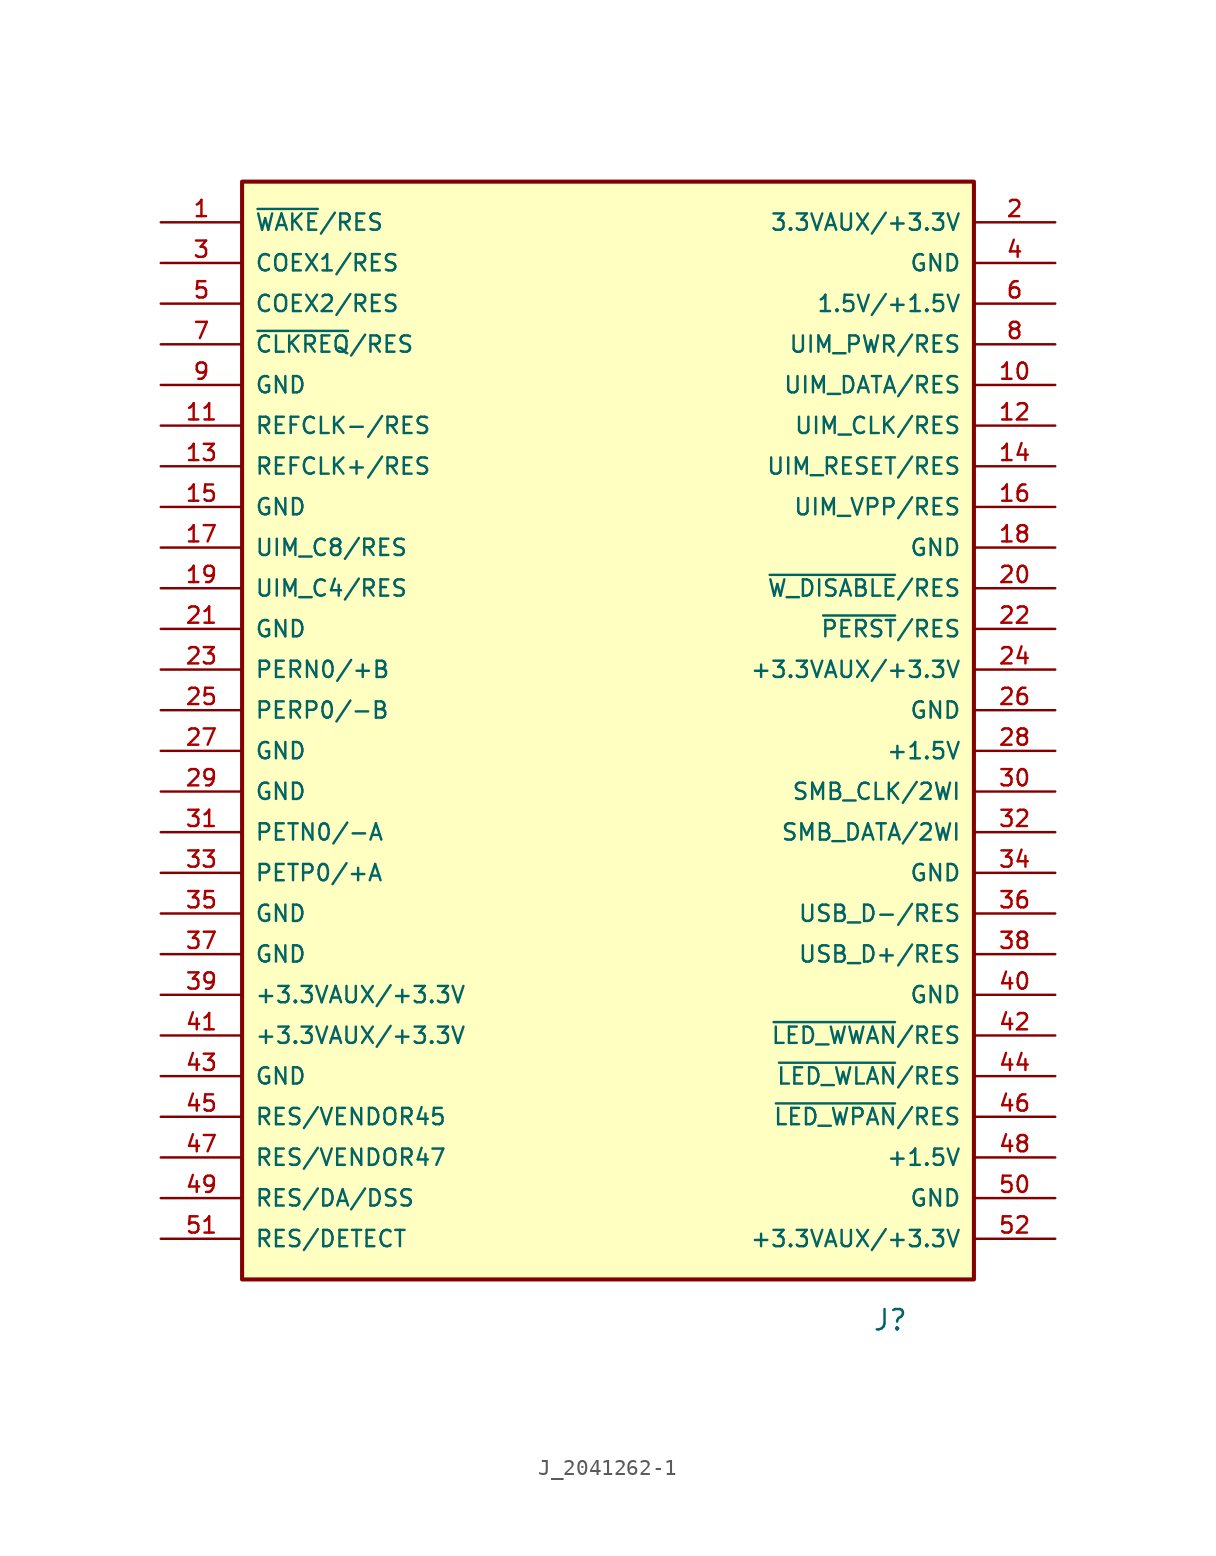
<source format=kicad_sym>
(kicad_symbol_lib
  (version 20211014)
  (generator kicad_symbol_editor)
  (symbol "J_2041262-1"
    (pin_names
      (offset 0.762))
    (property "Reference" "J"
      (at 16.51 -38.1 0)
      (effects (font (size 1.27 1.27)) (justify left)))
    (symbol "J_2041262-1_1_1"
      (rectangle (start -22.86 -35.56) (end 22.86 33.02) (stroke (width 0.254) (type default) (color 0 0 0 0)) (fill (type background)))
      (pin bidirectional line (at -27.94 30.48 0) (length 5.08) (name "~{WAKE}/RES" (effects (font (size 1.016 1.016)))) (number "1" (effects (font (size 1.016 1.016)))))
      (pin bidirectional line (at 27.94 20.32 180) (length 5.08) (name "UIM_DATA/RES" (effects (font (size 1.016 1.016)))) (number "10" (effects (font (size 1.016 1.016)))))
      (pin bidirectional line (at -27.94 17.78 0) (length 5.08) (name "REFCLK-/RES" (effects (font (size 1.016 1.016)))) (number "11" (effects (font (size 1.016 1.016)))))
      (pin bidirectional line (at 27.94 17.78 180) (length 5.08) (name "UIM_CLK/RES" (effects (font (size 1.016 1.016)))) (number "12" (effects (font (size 1.016 1.016)))))
      (pin bidirectional line (at -27.94 15.24 0) (length 5.08) (name "REFCLK+/RES" (effects (font (size 1.016 1.016)))) (number "13" (effects (font (size 1.016 1.016)))))
      (pin bidirectional line (at 27.94 15.24 180) (length 5.08) (name "UIM_RESET/RES" (effects (font (size 1.016 1.016)))) (number "14" (effects (font (size 1.016 1.016)))))
      (pin power_in line (at -27.94 12.7 0) (length 5.08) (name "GND" (effects (font (size 1.016 1.016)))) (number "15" (effects (font (size 1.016 1.016)))))
      (pin bidirectional line (at 27.94 12.7 180) (length 5.08) (name "UIM_VPP/RES" (effects (font (size 1.016 1.016)))) (number "16" (effects (font (size 1.016 1.016)))))
      (pin bidirectional line (at -27.94 10.16 0) (length 5.08) (name "UIM_C8/RES" (effects (font (size 1.016 1.016)))) (number "17" (effects (font (size 1.016 1.016)))))
      (pin power_in line (at 27.94 10.16 180) (length 5.08) (name "GND" (effects (font (size 1.016 1.016)))) (number "18" (effects (font (size 1.016 1.016)))))
      (pin bidirectional line (at -27.94 7.62 0) (length 5.08) (name "UIM_C4/RES" (effects (font (size 1.016 1.016)))) (number "19" (effects (font (size 1.016 1.016)))))
      (pin power_in line (at 27.94 30.48 180) (length 5.08) (name "3.3VAUX/+3.3V" (effects (font (size 1.016 1.016)))) (number "2" (effects (font (size 1.016 1.016)))))
      (pin passive line (at 27.94 7.62 180) (length 5.08) (name "~{W_DISABLE}/RES" (effects (font (size 1.016 1.016)))) (number "20" (effects (font (size 1.016 1.016)))))
      (pin power_in line (at -27.94 5.08 0) (length 5.08) (name "GND" (effects (font (size 1.016 1.016)))) (number "21" (effects (font (size 1.016 1.016)))))
      (pin passive line (at 27.94 5.08 180) (length 5.08) (name "~{PERST}/RES" (effects (font (size 1.016 1.016)))) (number "22" (effects (font (size 1.016 1.016)))))
      (pin bidirectional line (at -27.94 2.54 0) (length 5.08) (name "PERN0/+B" (effects (font (size 1.016 1.016)))) (number "23" (effects (font (size 1.016 1.016)))))
      (pin power_in line (at 27.94 2.54 180) (length 5.08) (name "+3.3VAUX/+3.3V" (effects (font (size 1.016 1.016)))) (number "24" (effects (font (size 1.016 1.016)))))
      (pin bidirectional line (at -27.94 0 0) (length 5.08) (name "PERP0/-B" (effects (font (size 1.016 1.016)))) (number "25" (effects (font (size 1.016 1.016)))))
      (pin power_in line (at 27.94 0 180) (length 5.08) (name "GND" (effects (font (size 1.016 1.016)))) (number "26" (effects (font (size 1.016 1.016)))))
      (pin power_in line (at -27.94 -2.54 0) (length 5.08) (name "GND" (effects (font (size 1.016 1.016)))) (number "27" (effects (font (size 1.016 1.016)))))
      (pin power_in line (at 27.94 -2.54 180) (length 5.08) (name "+1.5V" (effects (font (size 1.016 1.016)))) (number "28" (effects (font (size 1.016 1.016)))))
      (pin power_in line (at -27.94 -5.08 0) (length 5.08) (name "GND" (effects (font (size 1.016 1.016)))) (number "29" (effects (font (size 1.016 1.016)))))
      (pin bidirectional line (at -27.94 27.94 0) (length 5.08) (name "COEX1/RES" (effects (font (size 1.016 1.016)))) (number "3" (effects (font (size 1.016 1.016)))))
      (pin bidirectional line (at 27.94 -5.08 180) (length 5.08) (name "SMB_CLK/2WI" (effects (font (size 1.016 1.016)))) (number "30" (effects (font (size 1.016 1.016)))))
      (pin bidirectional line (at -27.94 -7.62 0) (length 5.08) (name "PETN0/-A" (effects (font (size 1.016 1.016)))) (number "31" (effects (font (size 1.016 1.016)))))
      (pin bidirectional line (at 27.94 -7.62 180) (length 5.08) (name "SMB_DATA/2WI" (effects (font (size 1.016 1.016)))) (number "32" (effects (font (size 1.016 1.016)))))
      (pin bidirectional line (at -27.94 -10.16 0) (length 5.08) (name "PETP0/+A" (effects (font (size 1.016 1.016)))) (number "33" (effects (font (size 1.016 1.016)))))
      (pin power_in line (at 27.94 -10.16 180) (length 5.08) (name "GND" (effects (font (size 1.016 1.016)))) (number "34" (effects (font (size 1.016 1.016)))))
      (pin power_in line (at -27.94 -12.7 0) (length 5.08) (name "GND" (effects (font (size 1.016 1.016)))) (number "35" (effects (font (size 1.016 1.016)))))
      (pin bidirectional line (at 27.94 -12.7 180) (length 5.08) (name "USB_D-/RES" (effects (font (size 1.016 1.016)))) (number "36" (effects (font (size 1.016 1.016)))))
      (pin power_in line (at -27.94 -15.24 0) (length 5.08) (name "GND" (effects (font (size 1.016 1.016)))) (number "37" (effects (font (size 1.016 1.016)))))
      (pin bidirectional line (at 27.94 -15.24 180) (length 5.08) (name "USB_D+/RES" (effects (font (size 1.016 1.016)))) (number "38" (effects (font (size 1.016 1.016)))))
      (pin power_in line (at -27.94 -17.78 0) (length 5.08) (name "+3.3VAUX/+3.3V" (effects (font (size 1.016 1.016)))) (number "39" (effects (font (size 1.016 1.016)))))
      (pin power_in line (at 27.94 27.94 180) (length 5.08) (name "GND" (effects (font (size 1.016 1.016)))) (number "4" (effects (font (size 1.016 1.016)))))
      (pin power_in line (at 27.94 -17.78 180) (length 5.08) (name "GND" (effects (font (size 1.016 1.016)))) (number "40" (effects (font (size 1.016 1.016)))))
      (pin power_in line (at -27.94 -20.32 0) (length 5.08) (name "+3.3VAUX/+3.3V" (effects (font (size 1.016 1.016)))) (number "41" (effects (font (size 1.016 1.016)))))
      (pin passive line (at 27.94 -20.32 180) (length 5.08) (name "~{LED_WWAN}/RES" (effects (font (size 1.016 1.016)))) (number "42" (effects (font (size 1.016 1.016)))))
      (pin power_in line (at -27.94 -22.86 0) (length 5.08) (name "GND" (effects (font (size 1.016 1.016)))) (number "43" (effects (font (size 1.016 1.016)))))
      (pin passive line (at 27.94 -22.86 180) (length 5.08) (name "~{LED_WLAN}/RES" (effects (font (size 1.016 1.016)))) (number "44" (effects (font (size 1.016 1.016)))))
      (pin bidirectional line (at -27.94 -25.4 0) (length 5.08) (name "RES/VENDOR45" (effects (font (size 1.016 1.016)))) (number "45" (effects (font (size 1.016 1.016)))))
      (pin passive line (at 27.94 -25.4 180) (length 5.08) (name "~{LED_WPAN}/RES" (effects (font (size 1.016 1.016)))) (number "46" (effects (font (size 1.016 1.016)))))
      (pin bidirectional line (at -27.94 -27.94 0) (length 5.08) (name "RES/VENDOR47" (effects (font (size 1.016 1.016)))) (number "47" (effects (font (size 1.016 1.016)))))
      (pin power_in line (at 27.94 -27.94 180) (length 5.08) (name "+1.5V" (effects (font (size 1.016 1.016)))) (number "48" (effects (font (size 1.016 1.016)))))
      (pin bidirectional line (at -27.94 -30.48 0) (length 5.08) (name "RES/DA/DSS" (effects (font (size 1.016 1.016)))) (number "49" (effects (font (size 1.016 1.016)))))
      (pin bidirectional line (at -27.94 25.4 0) (length 5.08) (name "COEX2/RES" (effects (font (size 1.016 1.016)))) (number "5" (effects (font (size 1.016 1.016)))))
      (pin power_in line (at 27.94 -30.48 180) (length 5.08) (name "GND" (effects (font (size 1.016 1.016)))) (number "50" (effects (font (size 1.016 1.016)))))
      (pin bidirectional line (at -27.94 -33.02 0) (length 5.08) (name "RES/DETECT" (effects (font (size 1.016 1.016)))) (number "51" (effects (font (size 1.016 1.016)))))
      (pin power_in line (at 27.94 -33.02 180) (length 5.08) (name "+3.3VAUX/+3.3V" (effects (font (size 1.016 1.016)))) (number "52" (effects (font (size 1.016 1.016)))))
      (pin power_in line (at 27.94 25.4 180) (length 5.08) (name "1.5V/+1.5V" (effects (font (size 1.016 1.016)))) (number "6" (effects (font (size 1.016 1.016)))))
      (pin bidirectional line (at -27.94 22.86 0) (length 5.08) (name "~{CLKREQ}/RES" (effects (font (size 1.016 1.016)))) (number "7" (effects (font (size 1.016 1.016)))))
      (pin bidirectional line (at 27.94 22.86 180) (length 5.08) (name "UIM_PWR/RES" (effects (font (size 1.016 1.016)))) (number "8" (effects (font (size 1.016 1.016)))))
      (pin power_in line (at -27.94 20.32 0) (length 5.08) (name "GND" (effects (font (size 1.016 1.016)))) (number "9" (effects (font (size 1.016 1.016))))))))
</source>
